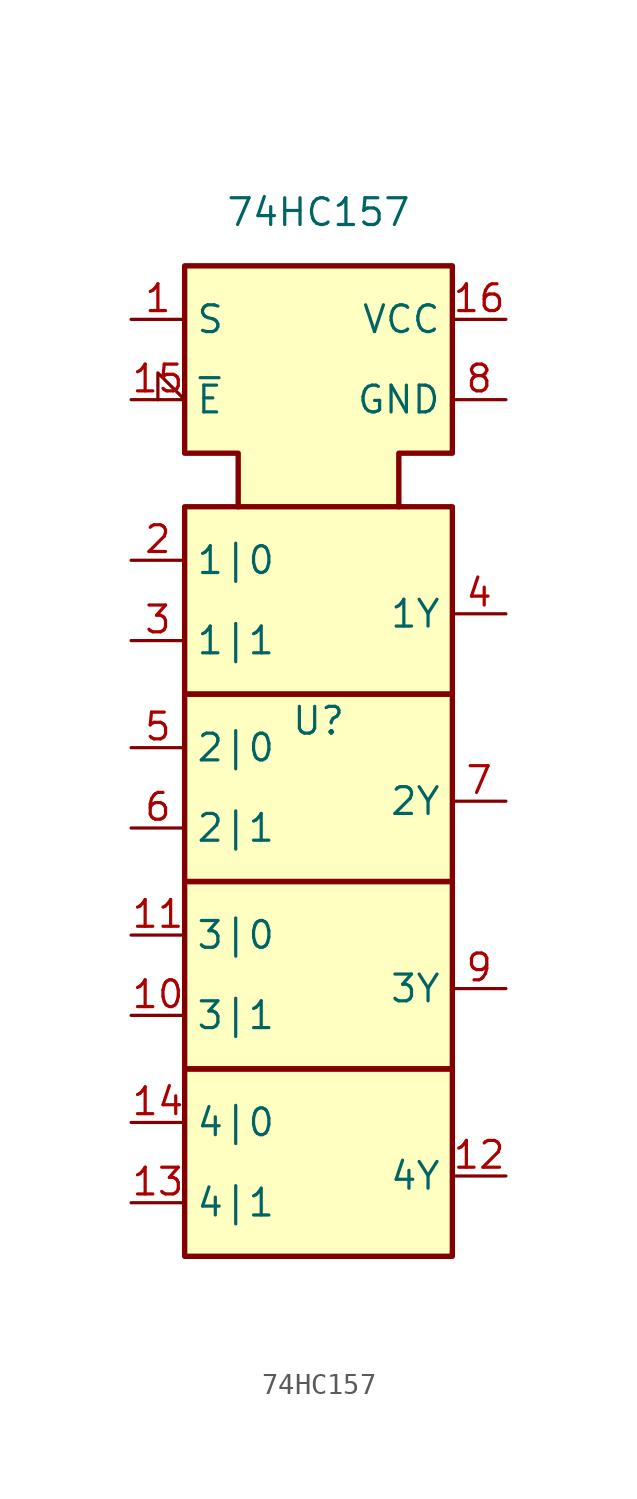
<source format=kicad_sym>
(kicad_symbol_lib
  (version 20220914)
  (generator kicad_symbol_editor)
  (symbol "74HC157"
    (property "Reference" "U"
      (at 0 0 0)
      (effects (font (size 1.27 1.27))))
    (property "Value" "74HC157"
      (at 0 24.13 0)
      (effects (font (size 1.27 1.27))))
    (symbol "74HC157_0_0"
      (pin input line (at -8.89 19.05 0) (length 2.54) (name "S" (effects (font (size 1.27 1.27)))) (number "1" (effects (font (size 1.27 1.27)))))
      (pin input line (at -8.89 -13.97 0) (length 2.54) (name "3|1" (effects (font (size 1.27 1.27)))) (number "10" (effects (font (size 1.27 1.27)))))
      (pin input line (at -8.89 -10.16 0) (length 2.54) (name "3|0" (effects (font (size 1.27 1.27)))) (number "11" (effects (font (size 1.27 1.27)))))
      (pin output line (at 8.89 -21.59 180) (length 2.54) (name "4Y" (effects (font (size 1.27 1.27)))) (number "12" (effects (font (size 1.27 1.27)))))
      (pin input line (at -8.89 -22.86 0) (length 2.54) (name "4|1" (effects (font (size 1.27 1.27)))) (number "13" (effects (font (size 1.27 1.27)))))
      (pin input line (at -8.89 -19.05 0) (length 2.54) (name "4|0" (effects (font (size 1.27 1.27)))) (number "14" (effects (font (size 1.27 1.27)))))
      (pin input input_low (at -8.89 15.24 0) (length 2.54) (name "~{E}" (effects (font (size 1.27 1.27)))) (number "15" (effects (font (size 1.27 1.27)))))
      (pin power_in line (at 8.89 19.05 180) (length 2.54) (name "VCC" (effects (font (size 1.27 1.27)))) (number "16" (effects (font (size 1.27 1.27)))))
      (pin input line (at -8.89 7.62 0) (length 2.54) (name "1|0" (effects (font (size 1.27 1.27)))) (number "2" (effects (font (size 1.27 1.27)))))
      (pin input line (at -8.89 3.81 0) (length 2.54) (name "1|1" (effects (font (size 1.27 1.27)))) (number "3" (effects (font (size 1.27 1.27)))))
      (pin output line (at 8.89 5.08 180) (length 2.54) (name "1Y" (effects (font (size 1.27 1.27)))) (number "4" (effects (font (size 1.27 1.27)))))
      (pin input line (at -8.89 -1.27 0) (length 2.54) (name "2|0" (effects (font (size 1.27 1.27)))) (number "5" (effects (font (size 1.27 1.27)))))
      (pin input line (at -8.89 -5.08 0) (length 2.54) (name "2|1" (effects (font (size 1.27 1.27)))) (number "6" (effects (font (size 1.27 1.27)))))
      (pin output line (at 8.89 -3.81 180) (length 2.54) (name "2Y" (effects (font (size 1.27 1.27)))) (number "7" (effects (font (size 1.27 1.27)))))
      (pin power_in line (at 8.89 15.24 180) (length 2.54) (name "GND" (effects (font (size 1.27 1.27)))) (number "8" (effects (font (size 1.27 1.27)))))
      (pin output line (at 8.89 -12.7 180) (length 2.54) (name "3Y" (effects (font (size 1.27 1.27)))) (number "9" (effects (font (size 1.27 1.27))))))
    (symbol "74HC157_0_1"
      (rectangle (start -6.35 -16.51) (end 6.35 -25.4) (stroke (width 0.254) (type default)) (fill (type background)))
      (rectangle (start -6.35 -7.62) (end 6.35 -16.51) (stroke (width 0.254) (type default)) (fill (type background)))
      (rectangle (start -6.35 1.27) (end 6.35 -7.62) (stroke (width 0.254) (type default)) (fill (type background)))
      (rectangle (start -6.35 10.16) (end 6.35 1.27) (stroke (width 0.254) (type default)) (fill (type background)))
      (polyline (pts (xy -3.81 10.16) (xy -3.81 12.7) (xy -6.35 12.7) (xy -6.35 21.59) (xy 5.08 21.59) (xy 6.35 21.59) (xy 6.35 12.7) (xy 3.81 12.7) (xy 3.81 10.16)) (stroke (width 0.254) (type default)) (fill (type background))))))
</source>
